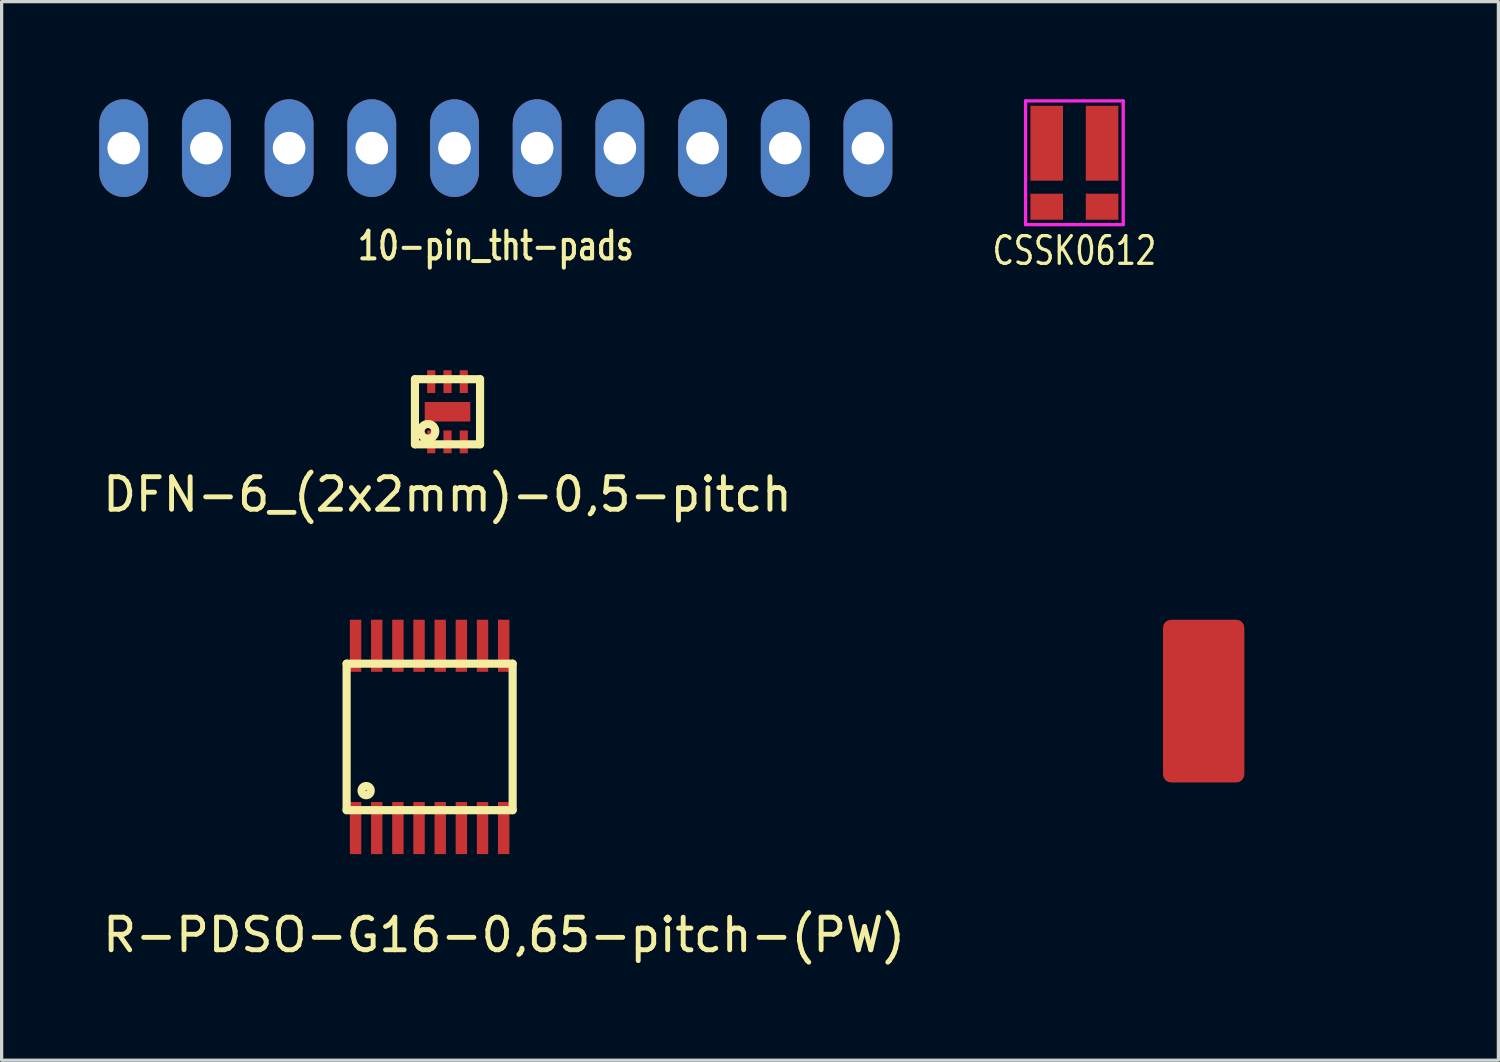
<source format=kicad_pcb>
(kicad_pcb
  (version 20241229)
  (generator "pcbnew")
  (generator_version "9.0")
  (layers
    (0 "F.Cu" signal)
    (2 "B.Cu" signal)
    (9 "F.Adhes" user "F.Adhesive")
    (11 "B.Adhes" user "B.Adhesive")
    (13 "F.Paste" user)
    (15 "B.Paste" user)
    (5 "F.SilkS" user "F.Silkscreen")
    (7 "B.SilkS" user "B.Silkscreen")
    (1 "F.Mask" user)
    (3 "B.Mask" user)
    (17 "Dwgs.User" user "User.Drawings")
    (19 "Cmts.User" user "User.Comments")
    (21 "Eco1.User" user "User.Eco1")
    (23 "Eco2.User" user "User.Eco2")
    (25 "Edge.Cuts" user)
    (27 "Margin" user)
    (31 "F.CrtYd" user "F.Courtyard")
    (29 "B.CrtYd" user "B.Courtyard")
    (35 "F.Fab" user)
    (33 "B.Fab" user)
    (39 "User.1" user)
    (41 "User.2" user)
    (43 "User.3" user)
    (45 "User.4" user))
  (footprint "DFN-6_(2x2mm)-0,5-pitch"
    (layer "F.Cu")
    (at 10.696 9.598)
    (property "Reference" "DFN-6_(2x2mm)-0,5-pitch" (at 0 2.54 0) (layer "F.SilkS") (effects (font (size 1 1) (thickness 0.15))))
    (attr through_hole)
    (fp_line (start -1 -1) (end -1 1) (stroke (width 0.25) (type solid)) (layer "F.SilkS"))
    (fp_line (start -1 1) (end 1 1) (stroke (width 0.25) (type solid)) (layer "F.SilkS"))
    (fp_line (start 1 -1) (end -1 -1) (stroke (width 0.25) (type solid)) (layer "F.SilkS"))
    (fp_line (start 1 1) (end 1 -1) (stroke (width 0.25) (type solid)) (layer "F.SilkS"))
    (fp_circle (center -0.6 0.6) (end -0.6 0.7) (stroke (width 0.25) (type solid)) (fill no) (layer "F.SilkS"))
    (pad "" smd rect (at 0 0 180) (size 1.4 0.6) (layers "F.Cu" "F.Mask" "F.Paste"))
    (pad "1" smd rect (at -0.5 0.925) (size 0.25 0.7) (layers "F.Cu" "F.Mask" "F.Paste"))
    (pad "2" smd rect (at 0 0.925) (size 0.25 0.7) (layers "F.Cu" "F.Mask" "F.Paste"))
    (pad "3" smd rect (at 0.5 0.925) (size 0.25 0.7) (layers "F.Cu" "F.Mask" "F.Paste"))
    (pad "4" smd rect (at 0.5 -0.925) (size 0.25 0.7) (layers "F.Cu" "F.Mask" "F.Paste"))
    (pad "5" smd rect (at 0 -0.925) (size 0.25 0.7) (layers "F.Cu" "F.Mask" "F.Paste"))
    (pad "6" smd rect (at -0.5 -0.925) (size 0.25 0.7) (layers "F.Cu" "F.Mask" "F.Paste")))
  (footprint "CSSK0612"
    (layer "F.Cu")
    (at 29.952 1.95)
    (property "Reference" "CSSK0612" (at 0 2.7 0) (layer "F.SilkS") (effects (font (size 0.85 0.65) (thickness 0.1))))
    (attr through_hole)
    (fp_line (start -1.5 -1.9) (end -1.5 1.9) (stroke (width 0.1) (type solid)) (layer "F.CrtYd"))
    (fp_line (start -1.5 1.9) (end 1.5 1.9) (stroke (width 0.1) (type solid)) (layer "F.CrtYd"))
    (fp_line (start 1.5 -1.9) (end -1.5 -1.9) (stroke (width 0.1) (type solid)) (layer "F.CrtYd"))
    (fp_line (start 1.5 1.9) (end 1.5 -1.9) (stroke (width 0.1) (type solid)) (layer "F.CrtYd"))
    (pad "1" smd rect (at -0.85 -0.6) (size 1 2.3) (layers "F.Cu" "F.Mask" "F.Paste"))
    (pad "2" smd rect (at -0.85 1.35) (size 1 0.8) (layers "F.Cu" "F.Mask" "F.Paste"))
    (pad "3" smd rect (at 0.85 1.35) (size 1 0.8) (layers "F.Cu" "F.Mask" "F.Paste"))
    (pad "4" smd rect (at 0.85 -0.6) (size 1 2.3) (layers "F.Cu" "F.Mask" "F.Paste")))
  (footprint "10-pin_tht-pads"
    (layer "F.Cu")
    (at 12.18 1.5)
    (property "Reference" "10-pin_tht-pads" (at 0 3 0) (layer "F.SilkS") (effects (font (size 0.85 0.65) (thickness 0.125))))
    (attr through_hole)
    (pad "1" thru_hole oval (at 11.43 0) (size 1.5 3) (drill 1) (layers "*.Cu" "*.Mask"))
    (pad "2" thru_hole oval (at 8.89 0) (size 1.5 3) (drill 1) (layers "*.Cu" "*.Mask"))
    (pad "3" thru_hole oval (at 6.35 0) (size 1.5 3) (drill 1) (layers "*.Cu" "*.Mask"))
    (pad "4" thru_hole oval (at 3.81 0) (size 1.5 3) (drill 1) (layers "*.Cu" "*.Mask"))
    (pad "5" thru_hole oval (at 1.27 0) (size 1.5 3) (drill 1) (layers "*.Cu" "*.Mask"))
    (pad "6" thru_hole oval (at -1.27 0) (size 1.5 3) (drill 1) (layers "*.Cu" "*.Mask"))
    (pad "7" thru_hole oval (at -3.81 0) (size 1.5 3) (drill 1) (layers "*.Cu" "*.Mask"))
    (pad "8" thru_hole oval (at -6.35 0) (size 1.5 3) (drill 1) (layers "*.Cu" "*.Mask"))
    (pad "9" thru_hole oval (at -8.89 0) (size 1.5 3) (drill 1) (layers "*.Cu" "*.Mask"))
    (pad "10" thru_hole oval (at -11.43 0) (size 1.5 3) (drill 1) (layers "*.Cu" "*.Mask")))
  (footprint "R-PDSO-G16-0,65-pitch-(PW)"
    (layer "F.Cu")
    (at 10.147 19.586)
    (property "Reference" "R-PDSO-G16-0,65-pitch-(PW)" (at 2.288 6.083 0) (layer "F.SilkS") (effects (font (size 1 1) (thickness 0.15))))
    (attr through_hole)
    (fp_line (start -2.55 -2.25) (end -2.55 2.25) (stroke (width 0.25) (type solid)) (layer "F.SilkS"))
    (fp_line (start -2.55 2.25) (end 2.55 2.25) (stroke (width 0.25) (type solid)) (layer "F.SilkS"))
    (fp_line (start 2.55 -2.25) (end -2.55 -2.25) (stroke (width 0.25) (type solid)) (layer "F.SilkS"))
    (fp_line (start 2.55 2.25) (end 2.55 -2.25) (stroke (width 0.25) (type solid)) (layer "F.SilkS"))
    (fp_circle (center -1.95 1.65) (end -1.85 1.75) (stroke (width 0.25) (type solid)) (fill no) (layer "F.SilkS"))
    (pad "1" smd trapezoid (at -2.275 2.8 180) (size 0.35 1.6) (layers "F.Cu" "F.Mask" "F.Paste"))
    (pad "2" smd trapezoid (at -1.625 2.8 180) (size 0.35 1.6) (layers "F.Cu" "F.Mask" "F.Paste"))
    (pad "3" smd trapezoid (at -0.975 2.8 180) (size 0.35 1.6) (layers "F.Cu" "F.Mask" "F.Paste"))
    (pad "4" smd trapezoid (at -0.325 2.8 180) (size 0.35 1.6) (layers "F.Cu" "F.Mask" "F.Paste"))
    (pad "5" smd trapezoid (at 0.325 2.8 180) (size 0.35 1.6) (layers "F.Cu" "F.Mask" "F.Paste"))
    (pad "6" smd trapezoid (at 0.975 2.8 180) (size 0.35 1.6) (layers "F.Cu" "F.Mask" "F.Paste"))
    (pad "7" smd trapezoid (at 1.625 2.8 180) (size 0.35 1.6) (layers "F.Cu" "F.Mask" "F.Paste"))
    (pad "8" smd trapezoid (at 2.275 2.8 180) (size 0.35 1.6) (layers "F.Cu" "F.Mask" "F.Paste"))
    (pad "9" smd trapezoid (at 2.275 -2.8 180) (size 0.35 1.6) (layers "F.Cu" "F.Mask" "F.Paste"))
    (pad "10" smd trapezoid (at 1.625 -2.8 180) (size 0.35 1.6) (layers "F.Cu" "F.Mask" "F.Paste"))
    (pad "11" smd trapezoid (at 0.975 -2.8 180) (size 0.35 1.6) (layers "F.Cu" "F.Mask" "F.Paste"))
    (pad "12" smd trapezoid (at 0.325 -2.8 180) (size 0.35 1.6) (layers "F.Cu" "F.Mask" "F.Paste"))
    (pad "13" smd trapezoid (at -0.325 -2.8 180) (size 0.35 1.6) (layers "F.Cu" "F.Mask" "F.Paste"))
    (pad "14" smd trapezoid (at -0.975 -2.8 180) (size 0.35 1.6) (layers "F.Cu" "F.Mask" "F.Paste"))
    (pad "15" smd trapezoid (at -1.625 -2.8 180) (size 0.35 1.6) (layers "F.Cu" "F.Mask" "F.Paste"))
    (pad "16" smd trapezoid (at -2.275 -2.8 180) (size 0.35 1.6) (layers "F.Cu" "F.Mask" "F.Paste")))
  (footprint "SMD_Pad_2_5x5"
    (layer "F.Cu")
    (at 33.923 18.486)
    (property "Reference" "SMD_Pad_2_5x5" (at 0 3.5 0) (layer "Eco2.User") (effects (font (size 1 1) (thickness 0.15))))
    (attr through_hole)
    (pad "1" smd roundrect (at 0 0) (size 2.5 5) (layers "F.Cu" "F.Mask" "F.Paste") (roundrect_rratio 0.1)))
  (gr_rect
    (start -3 -3)
    (end 42.976 29.518)
    (stroke (width 0.1) (type default))
    (fill no)
    (layer "Edge.Cuts")))
</source>
